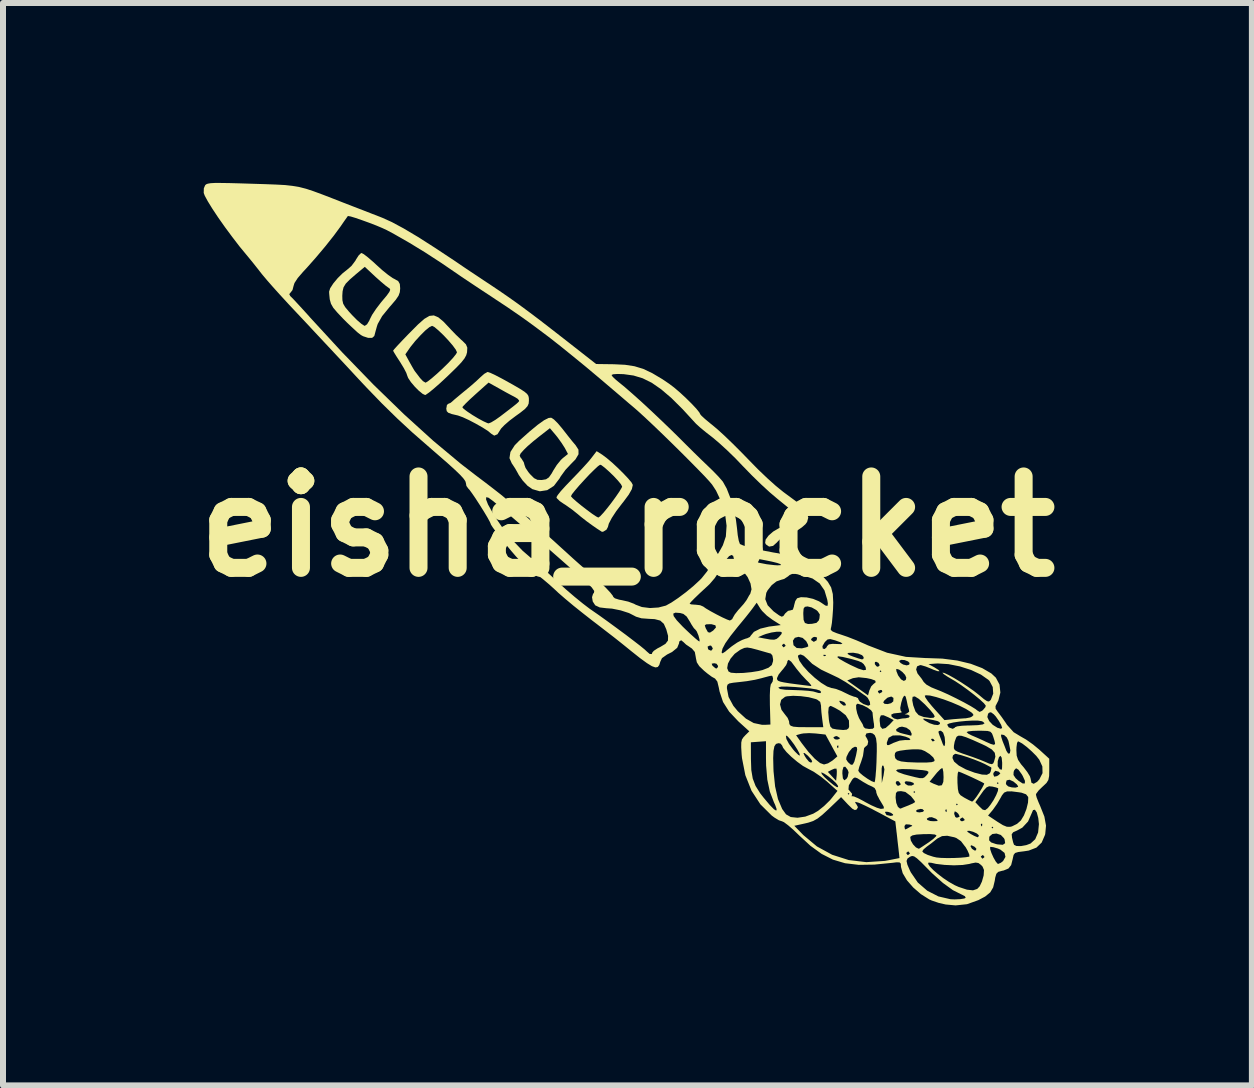
<source format=kicad_pcb>
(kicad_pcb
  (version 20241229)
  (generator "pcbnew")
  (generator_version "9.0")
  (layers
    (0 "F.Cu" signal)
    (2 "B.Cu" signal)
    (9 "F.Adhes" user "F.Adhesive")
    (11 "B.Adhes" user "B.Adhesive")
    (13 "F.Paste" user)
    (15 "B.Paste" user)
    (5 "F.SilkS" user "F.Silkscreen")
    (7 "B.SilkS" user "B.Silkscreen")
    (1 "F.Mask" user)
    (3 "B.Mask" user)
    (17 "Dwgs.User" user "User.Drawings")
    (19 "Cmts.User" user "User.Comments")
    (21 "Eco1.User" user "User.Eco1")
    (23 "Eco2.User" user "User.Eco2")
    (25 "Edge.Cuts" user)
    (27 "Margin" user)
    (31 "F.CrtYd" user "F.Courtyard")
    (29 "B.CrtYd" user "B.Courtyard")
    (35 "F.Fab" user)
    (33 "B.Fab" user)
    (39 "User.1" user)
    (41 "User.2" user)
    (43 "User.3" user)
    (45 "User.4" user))
  (footprint "eisha_rocket"
    (layer "F.Cu")
    (at 7.41 5.727)
    (property "Reference" "eisha_rocket" (at 0 0 0) (layer "F.SilkS") (effects (font (size 1.524 1.524) (thickness 0.3))))
    (attr board_only exclude_from_pos_files exclude_from_bom)
    (fp_poly (pts (xy -1.225 -1.784) (xy -1.159 -1.718) (xy -1.085 -1.63) (xy -1.075 -1.617) (xy -0.997 -1.517) (xy -0.923 -1.424) (xy -0.868 -1.359) (xy -0.866 -1.357) (xy -0.817 -1.281) (xy -0.816 -1.205) (xy -0.866 -1.12) (xy -0.948 -1.036) (xy -1.034 -0.944) (xy -1.113 -0.835) (xy -1.134 -0.799) (xy -1.227 -0.677) (xy -1.338 -0.606) (xy -1.461 -0.587) (xy -1.586 -0.623) (xy -1.666 -0.679) (xy -1.745 -0.764) (xy -1.813 -0.861) (xy -1.822 -0.879) (xy -1.871 -0.966) (xy -1.919 -1.039) (xy -1.928 -1.051) (xy -1.967 -1.14) (xy -1.961 -1.18) (xy -1.797 -1.18) (xy -1.78 -1.146) (xy -1.766 -1.131) (xy -1.728 -1.069) (xy -1.717 -1.027) (xy -1.699 -0.977) (xy -1.652 -0.907) (xy -1.624 -0.873) (xy -1.557 -0.806) (xy -1.5 -0.778) (xy -1.427 -0.775) (xy -1.424 -0.776) (xy -1.358 -0.787) (xy -1.31 -0.819) (xy -1.264 -0.884) (xy -1.24 -0.928) (xy -1.179 -1.025) (xy -1.11 -1.11) (xy -1.077 -1.141) (xy -0.992 -1.209) (xy -1.044 -1.308) (xy -1.097 -1.391) (xy -1.166 -1.487) (xy -1.195 -1.523) (xy -1.293 -1.639) (xy -1.468 -1.503) (xy -1.569 -1.422) (xy -1.664 -1.34) (xy -1.729 -1.277) (xy -1.782 -1.217) (xy -1.797 -1.18) (xy -1.961 -1.18) (xy -1.951 -1.243) (xy -1.879 -1.355) (xy -1.808 -1.427) (xy -1.634 -1.582) (xy -1.496 -1.696) (xy -1.391 -1.771) (xy -1.317 -1.809) (xy -1.272 -1.814)) (stroke (width 0) (type solid)) (fill yes) (layer "F.SilkS"))
    (fp_poly (pts (xy -0.422 -1.198) (xy -0.348 -1.143) (xy -0.257 -1.066) (xy -0.16 -0.976) (xy -0.066 -0.883) (xy 0.014 -0.798) (xy 0.069 -0.732) (xy 0.089 -0.693) (xy 0.073 -0.623) (xy 0.021 -0.531) (xy -0.07 -0.408) (xy -0.089 -0.385) (xy -0.186 -0.258) (xy -0.262 -0.142) (xy -0.311 -0.048) (xy -0.326 0.008) (xy -0.35 0.053) (xy -0.402 0.085) (xy -0.425 0.089) (xy -0.45 0.073) (xy -0.51 0.034) (xy -0.578 -0.013) (xy -0.68 -0.087) (xy -0.781 -0.166) (xy -0.829 -0.207) (xy -0.923 -0.282) (xy -1.029 -0.357) (xy -1.058 -0.375) (xy -1.131 -0.425) (xy -1.177 -0.471) (xy -1.184 -0.488) (xy -1.174 -0.505) (xy -0.942 -0.505) (xy -0.942 -0.504) (xy -0.914 -0.472) (xy -0.852 -0.417) (xy -0.768 -0.348) (xy -0.676 -0.277) (xy -0.59 -0.213) (xy -0.521 -0.167) (xy -0.486 -0.149) (xy -0.455 -0.171) (xy -0.399 -0.231) (xy -0.327 -0.319) (xy -0.271 -0.391) (xy -0.195 -0.495) (xy -0.134 -0.584) (xy -0.097 -0.646) (xy -0.089 -0.667) (xy -0.109 -0.705) (xy -0.16 -0.767) (xy -0.231 -0.843) (xy -0.309 -0.918) (xy -0.381 -0.982) (xy -0.435 -1.023) (xy -0.456 -1.03) (xy -0.492 -1.005) (xy -0.554 -0.947) (xy -0.634 -0.868) (xy -0.72 -0.776) (xy -0.804 -0.684) (xy -0.875 -0.601) (xy -0.925 -0.538) (xy -0.942 -0.505) (xy -1.174 -0.505) (xy -1.164 -0.523) (xy -1.111 -0.59) (xy -1.031 -0.678) (xy -0.939 -0.774) (xy -0.832 -0.885) (xy -0.73 -0.994) (xy -0.647 -1.086) (xy -0.604 -1.139) (xy -0.514 -1.256)) (stroke (width 0) (type solid)) (fill yes) (layer "F.SilkS"))
    (fp_poly (pts (xy -3.153 -3.487) (xy -3.068 -3.416) (xy -2.963 -3.305) (xy -2.943 -3.283) (xy -2.86 -3.197) (xy -2.771 -3.112) (xy -2.754 -3.098) (xy -2.693 -3.037) (xy -2.67 -2.982) (xy -2.674 -2.909) (xy -2.674 -2.905) (xy -2.688 -2.855) (xy -2.717 -2.802) (xy -2.769 -2.736) (xy -2.85 -2.651) (xy -2.967 -2.537) (xy -3.011 -2.495) (xy -3.126 -2.388) (xy -3.229 -2.298) (xy -3.31 -2.232) (xy -3.362 -2.196) (xy -3.373 -2.192) (xy -3.414 -2.211) (xy -3.479 -2.264) (xy -3.543 -2.328) (xy -3.61 -2.407) (xy -3.656 -2.476) (xy -3.671 -2.514) (xy -3.687 -2.561) (xy -3.728 -2.64) (xy -3.785 -2.734) (xy -3.788 -2.739) (xy -3.846 -2.828) (xy -3.872 -2.87) (xy -3.703 -2.87) (xy -3.635 -2.745) (xy -3.59 -2.665) (xy -3.555 -2.605) (xy -3.545 -2.59) (xy -3.512 -2.547) (xy -3.464 -2.484) (xy -3.461 -2.479) (xy -3.41 -2.424) (xy -3.368 -2.399) (xy -3.365 -2.398) (xy -3.331 -2.418) (xy -3.264 -2.47) (xy -3.175 -2.547) (xy -3.086 -2.629) (xy -2.988 -2.725) (xy -2.909 -2.81) (xy -2.858 -2.874) (xy -2.842 -2.904) (xy -2.862 -2.948) (xy -2.914 -3.019) (xy -2.987 -3.104) (xy -3.069 -3.191) (xy -3.15 -3.268) (xy -3.216 -3.324) (xy -3.257 -3.345) (xy -3.258 -3.345) (xy -3.301 -3.324) (xy -3.371 -3.267) (xy -3.453 -3.185) (xy -3.539 -3.091) (xy -3.616 -2.995) (xy -3.636 -2.967) (xy -3.703 -2.87) (xy -3.872 -2.87) (xy -3.888 -2.896) (xy -3.907 -2.93) (xy -3.907 -2.931) (xy -3.888 -2.956) (xy -3.834 -3.016) (xy -3.754 -3.101) (xy -3.655 -3.204) (xy -3.625 -3.234) (xy -3.491 -3.369) (xy -3.387 -3.461) (xy -3.302 -3.511) (xy -3.228 -3.519)) (stroke (width 0) (type solid)) (fill yes) (layer "F.SilkS"))
    (fp_poly (pts (xy -4.396 -4.54) (xy -4.328 -4.488) (xy -4.241 -4.413) (xy -4.188 -4.364) (xy -4.087 -4.273) (xy -3.989 -4.194) (xy -3.911 -4.14) (xy -3.885 -4.127) (xy -3.822 -4.091) (xy -3.795 -4.043) (xy -3.789 -3.969) (xy -3.795 -3.906) (xy -3.816 -3.848) (xy -3.862 -3.78) (xy -3.941 -3.687) (xy -3.965 -3.66) (xy -4.09 -3.507) (xy -4.163 -3.377) (xy -4.176 -3.339) (xy -4.2 -3.253) (xy -4.217 -3.188) (xy -4.221 -3.175) (xy -4.256 -3.145) (xy -4.324 -3.145) (xy -4.407 -3.172) (xy -4.445 -3.193) (xy -4.499 -3.235) (xy -4.58 -3.309) (xy -4.677 -3.401) (xy -4.74 -3.464) (xy -4.839 -3.569) (xy -4.905 -3.647) (xy -4.943 -3.714) (xy -4.963 -3.787) (xy -4.969 -3.846) (xy -4.754 -3.846) (xy -4.752 -3.772) (xy -4.739 -3.714) (xy -4.705 -3.656) (xy -4.643 -3.582) (xy -4.59 -3.524) (xy -4.508 -3.441) (xy -4.436 -3.379) (xy -4.387 -3.347) (xy -4.379 -3.345) (xy -4.341 -3.371) (xy -4.303 -3.434) (xy -4.295 -3.454) (xy -4.257 -3.529) (xy -4.191 -3.628) (xy -4.111 -3.733) (xy -4.092 -3.756) (xy -4.013 -3.85) (xy -3.97 -3.91) (xy -3.955 -3.946) (xy -3.966 -3.969) (xy -3.983 -3.98) (xy -4.031 -4.015) (xy -4.106 -4.078) (xy -4.195 -4.157) (xy -4.209 -4.17) (xy -4.379 -4.329) (xy -4.524 -4.208) (xy -4.629 -4.117) (xy -4.696 -4.049) (xy -4.733 -3.988) (xy -4.749 -3.921) (xy -4.754 -3.846) (xy -4.969 -3.846) (xy -4.972 -3.879) (xy -4.974 -3.915) (xy -4.956 -3.972) (xy -4.904 -4.052) (xy -4.831 -4.14) (xy -4.749 -4.221) (xy -4.677 -4.278) (xy -4.601 -4.344) (xy -4.535 -4.432) (xy -4.527 -4.448) (xy -4.483 -4.517) (xy -4.443 -4.556) (xy -4.432 -4.559)) (stroke (width 0) (type solid)) (fill yes) (layer "F.SilkS"))
    (fp_poly (pts (xy -2.287 -2.562) (xy -2.207 -2.525) (xy -2.105 -2.472) (xy -2.055 -2.445) (xy -1.901 -2.359) (xy -1.791 -2.295) (xy -1.718 -2.248) (xy -1.674 -2.211) (xy -1.652 -2.178) (xy -1.644 -2.142) (xy -1.643 -2.102) (xy -1.647 -2.05) (xy -1.666 -2.007) (xy -1.708 -1.96) (xy -1.783 -1.9) (xy -1.865 -1.841) (xy -1.967 -1.764) (xy -2.051 -1.691) (xy -2.105 -1.635) (xy -2.116 -1.619) (xy -2.167 -1.538) (xy -2.221 -1.515) (xy -2.277 -1.551) (xy -2.279 -1.554) (xy -2.329 -1.595) (xy -2.417 -1.651) (xy -2.526 -1.713) (xy -2.64 -1.773) (xy -2.744 -1.821) (xy -2.821 -1.849) (xy -2.827 -1.851) (xy -2.93 -1.875) (xy -2.988 -1.897) (xy -3.013 -1.923) (xy -3.02 -1.962) (xy -3.02 -1.971) (xy -3.016 -1.988) (xy -2.753 -1.988) (xy -2.729 -1.96) (xy -2.667 -1.914) (xy -2.583 -1.858) (xy -2.49 -1.802) (xy -2.403 -1.755) (xy -2.337 -1.725) (xy -2.316 -1.719) (xy -2.274 -1.735) (xy -2.202 -1.778) (xy -2.123 -1.834) (xy -1.995 -1.932) (xy -1.907 -2) (xy -1.852 -2.044) (xy -1.821 -2.072) (xy -1.808 -2.088) (xy -1.806 -2.099) (xy -1.829 -2.128) (xy -1.872 -2.155) (xy -1.931 -2.186) (xy -2.022 -2.235) (xy -2.126 -2.293) (xy -2.127 -2.294) (xy -2.316 -2.399) (xy -2.535 -2.203) (xy -2.627 -2.119) (xy -2.7 -2.048) (xy -2.744 -2.001) (xy -2.753 -1.988) (xy -3.016 -1.988) (xy -3.01 -2.025) (xy -2.992 -2.043) (xy -2.95 -2.061) (xy -2.925 -2.081) (xy -2.884 -2.118) (xy -2.811 -2.179) (xy -2.722 -2.253) (xy -2.709 -2.263) (xy -2.609 -2.346) (xy -2.517 -2.427) (xy -2.451 -2.489) (xy -2.449 -2.491) (xy -2.388 -2.545) (xy -2.337 -2.574) (xy -2.329 -2.576)) (stroke (width 0) (type solid)) (fill yes) (layer "F.SilkS"))
    (fp_poly (pts (xy -6.638 -5.725) (xy -6.451 -5.72) (xy -6.261 -5.714) (xy -6.034 -5.707) (xy -5.853 -5.7) (xy -5.706 -5.692) (xy -5.582 -5.678) (xy -5.47 -5.659) (xy -5.357 -5.63) (xy -5.233 -5.589) (xy -5.084 -5.534) (xy -4.9 -5.463) (xy -4.737 -5.399) (xy -4.564 -5.332) (xy -4.398 -5.268) (xy -4.252 -5.211) (xy -4.138 -5.167) (xy -4.085 -5.146) (xy -3.928 -5.075) (xy -3.731 -4.969) (xy -3.492 -4.827) (xy -3.212 -4.648) (xy -2.887 -4.433) (xy -2.812 -4.382) (xy -2.739 -4.332) (xy -2.629 -4.258) (xy -2.496 -4.17) (xy -2.354 -4.075) (xy -2.309 -4.046) (xy -2.141 -3.933) (xy -1.981 -3.823) (xy -1.822 -3.71) (xy -1.654 -3.586) (xy -1.468 -3.446) (xy -1.256 -3.282) (xy -1.008 -3.089) (xy -0.976 -3.064) (xy -0.523 -2.709) (xy -0.225 -2.705) (xy -0.041 -2.696) (xy 0.116 -2.672) (xy 0.262 -2.628) (xy 0.412 -2.557) (xy 0.582 -2.456) (xy 0.697 -2.378) (xy 0.78 -2.315) (xy 0.877 -2.232) (xy 0.977 -2.139) (xy 1.071 -2.046) (xy 1.149 -1.963) (xy 1.199 -1.9) (xy 1.214 -1.87) (xy 1.236 -1.844) (xy 1.294 -1.791) (xy 1.378 -1.721) (xy 1.417 -1.69) (xy 1.505 -1.616) (xy 1.622 -1.509) (xy 1.757 -1.379) (xy 1.898 -1.238) (xy 2.009 -1.124) (xy 2.17 -0.959) (xy 2.33 -0.806) (xy 2.476 -0.675) (xy 2.598 -0.576) (xy 2.629 -0.553) (xy 2.8 -0.427) (xy 2.919 -0.32) (xy 2.989 -0.229) (xy 3.014 -0.149) (xy 2.995 -0.077) (xy 2.968 -0.039) (xy 2.909 0.013) (xy 2.823 0.072) (xy 2.73 0.126) (xy 2.648 0.165) (xy 2.601 0.178) (xy 2.555 0.2) (xy 2.501 0.254) (xy 2.493 0.264) (xy 2.427 0.323) (xy 2.361 0.335) (xy 2.308 0.298) (xy 2.295 0.273) (xy 2.303 0.218) (xy 2.352 0.151) (xy 2.429 0.084) (xy 2.521 0.03) (xy 2.583 0.006) (xy 2.68 -0.03) (xy 2.763 -0.077) (xy 2.779 -0.089) (xy 2.811 -0.118) (xy 2.825 -0.146) (xy 2.818 -0.178) (xy 2.783 -0.222) (xy 2.716 -0.284) (xy 2.612 -0.37) (xy 2.499 -0.462) (xy 2.373 -0.569) (xy 2.226 -0.704) (xy 2.075 -0.851) (xy 1.938 -0.992) (xy 1.925 -1.005) (xy 1.798 -1.138) (xy 1.662 -1.27) (xy 1.533 -1.388) (xy 1.426 -1.479) (xy 1.409 -1.492) (xy 1.305 -1.573) (xy 1.213 -1.649) (xy 1.148 -1.708) (xy 1.134 -1.722) (xy 0.92 -1.955) (xy 0.732 -2.142) (xy 0.562 -2.287) (xy 0.405 -2.396) (xy 0.253 -2.471) (xy 0.101 -2.517) (xy -0.057 -2.539) (xy -0.067 -2.54) (xy -0.167 -2.543) (xy -0.238 -2.538) (xy -0.266 -2.526) (xy -0.266 -2.526) (xy -0.245 -2.494) (xy -0.189 -2.442) (xy -0.145 -2.406) (xy -0.047 -2.326) (xy 0.084 -2.212) (xy 0.238 -2.074) (xy 0.404 -1.92) (xy 0.573 -1.76) (xy 0.736 -1.603) (xy 0.859 -1.482) (xy 0.985 -1.356) (xy 1.117 -1.225) (xy 1.24 -1.105) (xy 1.332 -1.017) (xy 1.429 -0.923) (xy 1.516 -0.833) (xy 1.579 -0.761) (xy 1.591 -0.746) (xy 1.654 -0.633) (xy 1.714 -0.48) (xy 1.767 -0.303) (xy 1.807 -0.121) (xy 1.826 0.03) (xy 1.838 0.144) (xy 1.855 0.236) (xy 1.873 0.288) (xy 1.877 0.293) (xy 1.927 0.315) (xy 2.022 0.344) (xy 2.148 0.375) (xy 2.291 0.406) (xy 2.437 0.434) (xy 2.572 0.456) (xy 2.683 0.47) (xy 2.729 0.472) (xy 2.82 0.492) (xy 2.863 0.545) (xy 2.857 0.626) (xy 2.854 0.632) (xy 2.855 0.672) (xy 2.891 0.681) (xy 3.024 0.703) (xy 3.158 0.758) (xy 3.254 0.827) (xy 3.34 0.922) (xy 3.395 1.016) (xy 3.423 1.126) (xy 3.43 1.267) (xy 3.427 1.374) (xy 3.418 1.5) (xy 3.408 1.606) (xy 3.396 1.677) (xy 3.391 1.693) (xy 3.389 1.723) (xy 3.419 1.75) (xy 3.49 1.779) (xy 3.557 1.801) (xy 3.671 1.84) (xy 3.814 1.896) (xy 3.96 1.959) (xy 4.011 1.982) (xy 4.328 2.104) (xy 4.643 2.173) (xy 4.972 2.193) (xy 4.988 2.193) (xy 5.249 2.202) (xy 5.497 2.234) (xy 5.722 2.288) (xy 5.914 2.361) (xy 6.065 2.449) (xy 6.141 2.52) (xy 6.202 2.635) (xy 6.216 2.768) (xy 6.183 2.9) (xy 6.166 2.933) (xy 6.135 2.994) (xy 6.137 3.037) (xy 6.174 3.091) (xy 6.182 3.101) (xy 6.239 3.177) (xy 6.305 3.272) (xy 6.327 3.306) (xy 6.438 3.429) (xy 6.55 3.497) (xy 6.646 3.552) (xy 6.759 3.632) (xy 6.862 3.717) (xy 7.031 3.871) (xy 7.031 4.055) (xy 7.029 4.159) (xy 7.016 4.225) (xy 6.985 4.275) (xy 6.926 4.331) (xy 6.92 4.336) (xy 6.855 4.399) (xy 6.815 4.452) (xy 6.809 4.47) (xy 6.821 4.517) (xy 6.852 4.596) (xy 6.88 4.66) (xy 6.95 4.836) (xy 6.977 4.987) (xy 6.964 5.125) (xy 6.96 5.141) (xy 6.905 5.268) (xy 6.817 5.353) (xy 6.689 5.402) (xy 6.611 5.414) (xy 6.515 5.426) (xy 6.462 5.442) (xy 6.437 5.474) (xy 6.424 5.531) (xy 6.421 5.545) (xy 6.396 5.644) (xy 6.351 5.701) (xy 6.271 5.734) (xy 6.242 5.74) (xy 6.181 5.757) (xy 6.149 5.789) (xy 6.13 5.854) (xy 6.123 5.903) (xy 6.096 6.016) (xy 6.047 6.099) (xy 5.963 6.168) (xy 5.85 6.228) (xy 5.66 6.296) (xy 5.47 6.316) (xy 5.305 6.301) (xy 5.188 6.274) (xy 5.073 6.235) (xy 5.032 6.217) (xy 4.891 6.128) (xy 4.764 6.018) (xy 4.659 5.898) (xy 4.588 5.779) (xy 4.559 5.673) (xy 4.559 5.666) (xy 4.556 5.619) (xy 4.535 5.599) (xy 4.482 5.598) (xy 4.418 5.606) (xy 4.114 5.636) (xy 3.854 5.64) (xy 3.627 5.613) (xy 3.425 5.553) (xy 3.236 5.457) (xy 3.051 5.323) (xy 2.863 5.15) (xy 2.764 5.055) (xy 2.688 4.989) (xy 2.781 4.989) (xy 2.933 5.145) (xy 3.158 5.333) (xy 3.412 5.472) (xy 3.688 5.56) (xy 3.982 5.595) (xy 4.279 5.575) (xy 4.652 5.575) (xy 4.666 5.637) (xy 4.708 5.734) (xy 4.724 5.766) (xy 4.84 5.935) (xy 4.997 6.071) (xy 5.182 6.166) (xy 5.384 6.213) (xy 5.453 6.216) (xy 5.547 6.212) (xy 5.615 6.201) (xy 5.638 6.19) (xy 5.625 6.163) (xy 5.572 6.135) (xy 5.566 6.133) (xy 5.425 6.062) (xy 5.26 5.943) (xy 5.076 5.778) (xy 4.991 5.692) (xy 4.924 5.624) (xy 5.012 5.624) (xy 5.041 5.668) (xy 5.097 5.726) (xy 5.174 5.792) (xy 5.264 5.861) (xy 5.36 5.925) (xy 5.455 5.979) (xy 5.52 6.008) (xy 5.66 6.054) (xy 5.76 6.065) (xy 5.831 6.041) (xy 5.872 5.997) (xy 5.909 5.918) (xy 5.936 5.822) (xy 5.938 5.811) (xy 5.943 5.726) (xy 5.92 5.67) (xy 5.894 5.642) (xy 5.851 5.61) (xy 5.804 5.602) (xy 5.731 5.616) (xy 5.698 5.625) (xy 5.588 5.642) (xy 5.443 5.648) (xy 5.287 5.641) (xy 5.143 5.624) (xy 5.066 5.606) (xy 5.018 5.602) (xy 5.012 5.624) (xy 4.924 5.624) (xy 4.893 5.593) (xy 4.825 5.531) (xy 4.779 5.499) (xy 4.744 5.492) (xy 4.712 5.504) (xy 4.711 5.504) (xy 4.668 5.535) (xy 4.652 5.575) (xy 4.279 5.575) (xy 4.287 5.575) (xy 4.364 5.561) (xy 4.534 5.527) (xy 4.526 5.447) (xy 4.648 5.447) (xy 4.67 5.476) (xy 4.677 5.477) (xy 4.706 5.454) (xy 4.707 5.447) (xy 4.684 5.418) (xy 4.677 5.417) (xy 4.649 5.44) (xy 4.648 5.447) (xy 4.526 5.447) (xy 4.522 5.415) (xy 4.914 5.415) (xy 4.94 5.443) (xy 5.006 5.475) (xy 5.095 5.504) (xy 5.151 5.517) (xy 5.223 5.524) (xy 5.325 5.527) (xy 5.44 5.526) (xy 5.551 5.521) (xy 5.641 5.513) (xy 5.679 5.506) (xy 5.891 5.506) (xy 5.914 5.535) (xy 5.921 5.536) (xy 5.949 5.513) (xy 5.95 5.506) (xy 5.928 5.478) (xy 5.921 5.477) (xy 5.892 5.499) (xy 5.891 5.506) (xy 5.679 5.506) (xy 5.694 5.504) (xy 5.7 5.5) (xy 5.697 5.466) (xy 5.668 5.4) (xy 5.636 5.344) (xy 5.621 5.326) (xy 5.717 5.326) (xy 5.742 5.372) (xy 5.786 5.401) (xy 5.81 5.398) (xy 5.816 5.369) (xy 5.789 5.342) (xy 6.046 5.342) (xy 6.046 5.378) (xy 6.068 5.444) (xy 6.102 5.52) (xy 6.14 5.586) (xy 6.171 5.622) (xy 6.178 5.625) (xy 6.225 5.605) (xy 6.261 5.577) (xy 6.301 5.507) (xy 6.286 5.441) (xy 6.216 5.386) (xy 6.175 5.368) (xy 6.1 5.346) (xy 6.052 5.34) (xy 6.046 5.342) (xy 5.789 5.342) (xy 5.787 5.339) (xy 5.734 5.313) (xy 5.717 5.326) (xy 5.621 5.326) (xy 5.56 5.246) (xy 5.539 5.231) (xy 6.029 5.231) (xy 6.062 5.266) (xy 6.142 5.293) (xy 6.17 5.299) (xy 6.257 5.306) (xy 6.296 5.279) (xy 6.287 5.218) (xy 6.276 5.196) (xy 6.224 5.142) (xy 6.191 5.131) (xy 6.405 5.131) (xy 6.411 5.191) (xy 6.412 5.194) (xy 6.429 5.265) (xy 6.444 5.306) (xy 6.485 5.326) (xy 6.561 5.327) (xy 6.649 5.311) (xy 6.72 5.284) (xy 6.797 5.213) (xy 6.845 5.101) (xy 6.859 4.961) (xy 6.848 4.86) (xy 6.823 4.766) (xy 6.792 4.721) (xy 6.761 4.727) (xy 6.736 4.785) (xy 6.678 4.917) (xy 6.582 5.02) (xy 6.496 5.067) (xy 6.429 5.097) (xy 6.405 5.131) (xy 6.191 5.131) (xy 6.152 5.118) (xy 6.083 5.126) (xy 6.036 5.165) (xy 6.031 5.181) (xy 6.029 5.231) (xy 5.539 5.231) (xy 5.481 5.192) (xy 5.447 5.18) (xy 5.33 5.155) (xy 5.244 5.161) (xy 5.169 5.199) (xy 5.144 5.218) (xy 5.064 5.282) (xy 4.989 5.337) (xy 4.936 5.382) (xy 4.914 5.415) (xy 4.914 5.415) (xy 4.522 5.415) (xy 4.518 5.376) (xy 4.503 5.249) (xy 4.496 5.183) (xy 4.714 5.183) (xy 4.724 5.236) (xy 4.76 5.298) (xy 4.808 5.349) (xy 4.852 5.371) (xy 4.865 5.368) (xy 4.908 5.341) (xy 4.98 5.293) (xy 5.025 5.263) (xy 5.097 5.209) (xy 5.143 5.165) (xy 5.151 5.148) (xy 5.123 5.134) (xy 5.047 5.127) (xy 4.937 5.128) (xy 4.819 5.135) (xy 4.75 5.149) (xy 4.718 5.17) (xy 4.714 5.183) (xy 4.496 5.183) (xy 4.488 5.112) (xy 4.483 5.076) (xy 5.661 5.076) (xy 5.675 5.095) (xy 5.722 5.126) (xy 5.782 5.158) (xy 5.831 5.178) (xy 5.842 5.179) (xy 5.857 5.159) (xy 5.855 5.145) (xy 5.823 5.117) (xy 5.762 5.089) (xy 5.699 5.072) (xy 5.661 5.075) (xy 5.661 5.076) (xy 4.483 5.076) (xy 4.483 5.071) (xy 4.476 5.011) (xy 4.618 5.011) (xy 4.627 5.05) (xy 4.655 5.04) (xy 4.694 5.018) (xy 6.069 5.018) (xy 6.084 5.033) (xy 6.098 5.018) (xy 6.084 5.003) (xy 6.069 5.018) (xy 4.694 5.018) (xy 4.718 5.004) (xy 4.737 4.997) (xy 4.748 4.983) (xy 4.718 4.973) (xy 5.891 4.973) (xy 5.902 4.998) (xy 5.911 4.993) (xy 5.914 4.958) (xy 5.911 4.954) (xy 5.893 4.958) (xy 5.891 4.973) (xy 4.718 4.973) (xy 4.703 4.968) (xy 4.7 4.968) (xy 4.64 4.964) (xy 4.619 4.991) (xy 4.618 5.011) (xy 4.476 5.011) (xy 4.465 4.916) (xy 4.376 4.869) (xy 4.99 4.869) (xy 4.998 4.892) (xy 5.047 4.909) (xy 5.101 4.913) (xy 5.162 4.91) (xy 5.171 4.897) (xy 5.154 4.882) (xy 5.542 4.882) (xy 5.556 4.909) (xy 5.58 4.914) (xy 5.617 4.899) (xy 5.619 4.882) (xy 5.588 4.852) (xy 5.58 4.851) (xy 5.546 4.874) (xy 5.542 4.882) (xy 5.154 4.882) (xy 5.142 4.872) (xy 5.075 4.846) (xy 5.032 4.847) (xy 4.99 4.869) (xy 4.376 4.869) (xy 4.194 4.771) (xy 4.18 4.764) (xy 4.293 4.764) (xy 4.318 4.809) (xy 4.388 4.825) (xy 4.388 4.825) (xy 4.427 4.815) (xy 4.428 4.799) (xy 4.418 4.792) (xy 5.447 4.792) (xy 5.465 4.843) (xy 5.491 4.855) (xy 5.531 4.841) (xy 5.536 4.829) (xy 5.53 4.818) (xy 6.011 4.818) (xy 6.166 4.921) (xy 6.258 4.978) (xy 6.324 5.005) (xy 6.38 5.006) (xy 6.409 4.999) (xy 6.494 4.957) (xy 6.558 4.9) (xy 6.609 4.816) (xy 6.651 4.709) (xy 6.677 4.602) (xy 6.681 4.519) (xy 6.678 4.506) (xy 6.644 4.464) (xy 6.568 4.437) (xy 6.523 4.43) (xy 6.404 4.415) (xy 6.327 4.416) (xy 6.279 4.436) (xy 6.243 4.481) (xy 6.219 4.525) (xy 6.161 4.624) (xy 6.096 4.716) (xy 6.086 4.729) (xy 6.011 4.818) (xy 5.53 4.818) (xy 5.516 4.79) (xy 5.491 4.766) (xy 5.457 4.747) (xy 5.447 4.778) (xy 5.447 4.792) (xy 4.418 4.792) (xy 4.393 4.773) (xy 4.342 4.756) (xy 4.301 4.754) (xy 4.293 4.764) (xy 4.18 4.764) (xy 4.128 4.737) (xy 4.811 4.737) (xy 4.821 4.759) (xy 4.868 4.766) (xy 4.925 4.756) (xy 4.944 4.737) (xy 5.299 4.737) (xy 5.31 4.761) (xy 5.319 4.756) (xy 5.322 4.721) (xy 5.319 4.717) (xy 5.301 4.721) (xy 5.299 4.737) (xy 4.944 4.737) (xy 4.919 4.712) (xy 4.886 4.707) (xy 4.83 4.721) (xy 4.811 4.737) (xy 4.128 4.737) (xy 4.072 4.707) (xy 3.962 4.653) (xy 3.88 4.615) (xy 3.849 4.603) (xy 3.799 4.59) (xy 3.797 4.605) (xy 3.816 4.63) (xy 3.842 4.678) (xy 3.822 4.716) (xy 3.791 4.727) (xy 3.748 4.704) (xy 3.681 4.639) (xy 3.673 4.631) (xy 3.561 4.511) (xy 3.353 4.71) (xy 3.248 4.806) (xy 3.168 4.869) (xy 3.096 4.909) (xy 3.016 4.936) (xy 2.962 4.949) (xy 2.781 4.989) (xy 2.688 4.989) (xy 2.676 4.979) (xy 2.609 4.929) (xy 2.576 4.914) (xy 2.524 4.897) (xy 2.45 4.852) (xy 2.404 4.818) (xy 2.216 4.631) (xy 2.068 4.405) (xy 1.965 4.146) (xy 1.909 3.861) (xy 1.903 3.801) (xy 1.896 3.68) (xy 1.897 3.602) (xy 1.898 3.597) (xy 2.057 3.597) (xy 2.058 3.878) (xy 2.064 4.059) (xy 2.088 4.201) (xy 2.135 4.324) (xy 2.212 4.447) (xy 2.27 4.521) (xy 2.371 4.641) (xy 2.441 4.713) (xy 2.48 4.737) (xy 2.487 4.712) (xy 2.461 4.639) (xy 2.441 4.596) (xy 2.373 4.418) (xy 2.331 4.219) (xy 2.311 3.985) (xy 2.309 3.86) (xy 2.429 3.86) (xy 2.433 4.03) (xy 2.435 4.081) (xy 2.461 4.333) (xy 2.509 4.544) (xy 2.579 4.709) (xy 2.643 4.798) (xy 2.722 4.843) (xy 2.834 4.855) (xy 2.964 4.836) (xy 3.097 4.787) (xy 3.177 4.74) (xy 3.277 4.66) (xy 3.374 4.565) (xy 3.405 4.528) (xy 3.463 4.455) (xy 3.671 4.455) (xy 3.686 4.47) (xy 3.7 4.455) (xy 3.686 4.441) (xy 3.671 4.455) (xy 3.463 4.455) (xy 3.501 4.407) (xy 3.474 4.384) (xy 3.684 4.384) (xy 3.713 4.417) (xy 3.744 4.455) (xy 3.741 4.479) (xy 3.734 4.5) (xy 3.742 4.495) (xy 3.776 4.5) (xy 3.846 4.53) (xy 3.939 4.579) (xy 3.961 4.592) (xy 4.065 4.647) (xy 4.158 4.688) (xy 4.221 4.707) (xy 4.227 4.707) (xy 4.273 4.701) (xy 4.273 4.674) (xy 4.257 4.644) (xy 4.197 4.544) (xy 4.187 4.523) (xy 4.47 4.523) (xy 4.481 4.608) (xy 4.508 4.673) (xy 4.543 4.702) (xy 4.558 4.7) (xy 4.593 4.685) (xy 4.662 4.658) (xy 4.685 4.649) (xy 4.721 4.633) (xy 5.477 4.633) (xy 5.491 4.648) (xy 5.506 4.633) (xy 5.491 4.618) (xy 5.477 4.633) (xy 4.721 4.633) (xy 4.754 4.619) (xy 4.791 4.596) (xy 5.799 4.596) (xy 5.865 4.666) (xy 5.921 4.719) (xy 5.962 4.729) (xy 6.007 4.694) (xy 6.05 4.64) (xy 6.102 4.562) (xy 6.146 4.479) (xy 6.175 4.408) (xy 6.18 4.366) (xy 6.178 4.363) (xy 6.145 4.35) (xy 6.081 4.335) (xy 6.028 4.33) (xy 5.985 4.349) (xy 5.937 4.401) (xy 5.897 4.457) (xy 5.799 4.596) (xy 4.791 4.596) (xy 4.792 4.595) (xy 4.795 4.59) (xy 4.777 4.559) (xy 4.733 4.504) (xy 4.722 4.492) (xy 4.634 4.426) (xy 4.766 4.426) (xy 4.781 4.441) (xy 4.796 4.426) (xy 4.781 4.411) (xy 4.766 4.426) (xy 4.634 4.426) (xy 4.633 4.425) (xy 4.56 4.411) (xy 4.502 4.416) (xy 4.476 4.442) (xy 4.47 4.508) (xy 4.47 4.523) (xy 4.187 4.523) (xy 4.163 4.479) (xy 4.148 4.435) (xy 4.145 4.406) (xy 4.12 4.359) (xy 4.078 4.335) (xy 4.012 4.305) (xy 3.928 4.257) (xy 3.9 4.239) (xy 3.83 4.195) (xy 3.791 4.183) (xy 3.763 4.199) (xy 3.745 4.221) (xy 3.69 4.315) (xy 3.684 4.384) (xy 3.474 4.384) (xy 3.329 4.254) (xy 3.222 4.168) (xy 3.125 4.102) (xy 3.23 4.102) (xy 3.241 4.129) (xy 3.287 4.181) (xy 3.345 4.235) (xy 3.439 4.312) (xy 3.495 4.347) (xy 3.512 4.34) (xy 3.505 4.315) (xy 3.474 4.274) (xy 3.415 4.219) (xy 3.346 4.164) (xy 3.282 4.121) (xy 3.238 4.1) (xy 3.23 4.102) (xy 3.125 4.102) (xy 3.108 4.09) (xy 3.34 4.09) (xy 3.409 4.165) (xy 3.478 4.239) (xy 3.488 4.144) (xy 3.489 4.115) (xy 3.582 4.115) (xy 3.591 4.199) (xy 3.615 4.231) (xy 3.65 4.207) (xy 3.671 4.174) (xy 3.686 4.098) (xy 3.677 4.072) (xy 3.848 4.072) (xy 3.871 4.105) (xy 3.928 4.153) (xy 4 4.204) (xy 4.069 4.245) (xy 4.117 4.263) (xy 4.119 4.263) (xy 4.127 4.235) (xy 4.136 4.16) (xy 4.139 4.116) (xy 4.237 4.116) (xy 4.24 4.278) (xy 4.24 4.275) (xy 4.47 4.275) (xy 4.494 4.316) (xy 4.517 4.322) (xy 4.552 4.305) (xy 4.552 4.287) (xy 4.532 4.26) (xy 4.62 4.26) (xy 4.632 4.291) (xy 4.676 4.317) (xy 4.736 4.319) (xy 4.779 4.296) (xy 4.766 4.273) (xy 4.718 4.255) (xy 5.036 4.255) (xy 5.101 4.287) (xy 5.189 4.321) (xy 5.241 4.313) (xy 5.265 4.257) (xy 5.269 4.182) (xy 5.5 4.182) (xy 5.501 4.274) (xy 5.508 4.377) (xy 5.522 4.44) (xy 5.551 4.479) (xy 5.605 4.514) (xy 5.62 4.523) (xy 5.691 4.561) (xy 5.74 4.584) (xy 5.747 4.586) (xy 5.772 4.564) (xy 5.817 4.506) (xy 5.862 4.439) (xy 5.911 4.359) (xy 5.941 4.302) (xy 5.947 4.282) (xy 5.939 4.278) (xy 6.158 4.278) (xy 6.172 4.293) (xy 6.186 4.279) (xy 6.308 4.279) (xy 6.316 4.305) (xy 6.348 4.333) (xy 6.407 4.349) (xy 6.468 4.353) (xy 6.508 4.341) (xy 6.512 4.33) (xy 6.49 4.298) (xy 6.437 4.254) (xy 6.435 4.252) (xy 6.368 4.221) (xy 6.321 4.232) (xy 6.308 4.279) (xy 6.186 4.279) (xy 6.187 4.278) (xy 6.172 4.263) (xy 6.158 4.278) (xy 5.939 4.278) (xy 5.906 4.26) (xy 5.831 4.223) (xy 5.738 4.179) (xy 5.645 4.137) (xy 5.567 4.103) (xy 5.522 4.086) (xy 5.517 4.085) (xy 5.506 4.112) (xy 5.5 4.182) (xy 5.269 4.182) (xy 5.269 4.174) (xy 5.265 4.09) (xy 5.254 4.036) (xy 5.245 4.026) (xy 5.214 4.047) (xy 5.161 4.101) (xy 5.128 4.141) (xy 5.036 4.255) (xy 4.718 4.255) (xy 4.714 4.254) (xy 4.643 4.246) (xy 4.62 4.26) (xy 4.532 4.26) (xy 4.523 4.248) (xy 4.487 4.243) (xy 4.47 4.275) (xy 4.24 4.275) (xy 4.269 4.148) (xy 4.28 4.069) (xy 4.477 4.069) (xy 4.514 4.096) (xy 4.609 4.13) (xy 4.68 4.149) (xy 4.799 4.179) (xy 4.875 4.195) (xy 4.922 4.195) (xy 4.953 4.18) (xy 4.983 4.15) (xy 4.988 4.145) (xy 5.014 4.112) (xy 5.017 4.088) (xy 4.988 4.072) (xy 4.92 4.061) (xy 4.805 4.052) (xy 4.713 4.046) (xy 4.577 4.043) (xy 4.499 4.051) (xy 4.477 4.069) (xy 4.28 4.069) (xy 4.283 4.048) (xy 4.269 3.992) (xy 4.265 3.987) (xy 4.246 3.986) (xy 4.237 4.034) (xy 4.237 4.116) (xy 4.139 4.116) (xy 4.145 4.05) (xy 4.151 3.93) (xy 4.154 3.818) (xy 4.455 3.818) (xy 4.464 3.863) (xy 4.497 3.895) (xy 4.562 3.916) (xy 4.667 3.928) (xy 4.821 3.934) (xy 4.862 3.934) (xy 4.991 3.934) (xy 5.071 3.928) (xy 5.111 3.915) (xy 5.121 3.895) (xy 5.102 3.858) (xy 5.417 3.858) (xy 5.445 3.919) (xy 5.523 3.985) (xy 5.641 4.049) (xy 5.785 4.103) (xy 5.91 4.135) (xy 5.992 4.139) (xy 6.006 4.131) (xy 6.098 4.131) (xy 6.113 4.17) (xy 6.159 4.161) (xy 6.187 4.144) (xy 6.189 4.142) (xy 6.435 4.142) (xy 6.47 4.195) (xy 6.517 4.237) (xy 6.587 4.283) (xy 6.624 4.283) (xy 6.626 4.24) (xy 6.59 4.16) (xy 6.572 4.129) (xy 6.517 4.053) (xy 6.478 4.03) (xy 6.449 4.06) (xy 6.437 4.091) (xy 6.435 4.142) (xy 6.189 4.142) (xy 6.216 4.116) (xy 6.192 4.09) (xy 6.189 4.087) (xy 6.132 4.072) (xy 6.101 4.107) (xy 6.098 4.131) (xy 6.006 4.131) (xy 6.04 4.113) (xy 6.055 4.083) (xy 6.066 4.032) (xy 6.064 4.016) (xy 6.034 4) (xy 6.023 3.994) (xy 6.171 3.994) (xy 6.207 4.046) (xy 6.239 4.055) (xy 6.244 4.029) (xy 6.246 3.964) (xy 6.246 3.937) (xy 6.238 3.854) (xy 6.218 3.822) (xy 6.193 3.845) (xy 6.172 3.911) (xy 6.171 3.994) (xy 6.023 3.994) (xy 5.973 3.968) (xy 5.965 3.963) (xy 5.886 3.927) (xy 5.781 3.885) (xy 5.666 3.844) (xy 5.561 3.811) (xy 5.484 3.792) (xy 5.462 3.789) (xy 5.426 3.815) (xy 5.417 3.858) (xy 5.102 3.858) (xy 5.097 3.849) (xy 5.037 3.794) (xy 4.958 3.744) (xy 4.899 3.72) (xy 4.84 3.714) (xy 4.744 3.715) (xy 4.648 3.723) (xy 4.544 3.737) (xy 4.486 3.752) (xy 4.461 3.775) (xy 4.455 3.813) (xy 4.455 3.818) (xy 4.154 3.818) (xy 4.156 3.749) (xy 4.156 3.696) (xy 5.441 3.696) (xy 5.457 3.727) (xy 5.503 3.754) (xy 5.589 3.786) (xy 5.64 3.803) (xy 5.759 3.844) (xy 5.872 3.886) (xy 5.95 3.918) (xy 6.032 3.953) (xy 6.075 3.962) (xy 6.098 3.947) (xy 6.11 3.92) (xy 6.133 3.837) (xy 6.123 3.772) (xy 6.074 3.717) (xy 5.978 3.66) (xy 5.913 3.629) (xy 5.757 3.559) (xy 5.645 3.513) (xy 5.569 3.489) (xy 5.52 3.486) (xy 5.491 3.501) (xy 5.479 3.519) (xy 5.454 3.588) (xy 5.442 3.653) (xy 5.441 3.696) (xy 4.156 3.696) (xy 4.155 3.619) (xy 4.154 3.616) (xy 4.323 3.616) (xy 4.328 3.643) (xy 4.355 3.644) (xy 4.416 3.616) (xy 4.433 3.607) (xy 4.537 3.569) (xy 4.634 3.559) (xy 4.639 3.56) (xy 4.702 3.56) (xy 4.712 3.551) (xy 5.062 3.551) (xy 5.084 3.581) (xy 5.092 3.582) (xy 5.121 3.572) (xy 5.121 3.569) (xy 5.101 3.544) (xy 5.092 3.538) (xy 5.065 3.54) (xy 5.062 3.551) (xy 4.712 3.551) (xy 4.717 3.547) (xy 4.692 3.526) (xy 4.634 3.503) (xy 4.553 3.484) (xy 4.54 3.482) (xy 4.424 3.483) (xy 4.353 3.522) (xy 4.324 3.601) (xy 4.323 3.616) (xy 4.154 3.616) (xy 4.144 3.532) (xy 4.122 3.478) (xy 4.088 3.45) (xy 4.046 3.439) (xy 3.983 3.449) (xy 3.966 3.489) (xy 3.997 3.542) (xy 4.013 3.587) (xy 4.001 3.641) (xy 3.969 3.67) (xy 3.964 3.671) (xy 3.944 3.696) (xy 3.937 3.746) (xy 3.926 3.824) (xy 3.897 3.916) (xy 3.893 3.927) (xy 3.864 4.006) (xy 3.849 4.065) (xy 3.848 4.072) (xy 3.677 4.072) (xy 3.671 4.056) (xy 3.631 4.004) (xy 3.601 4.008) (xy 3.584 4.067) (xy 3.582 4.115) (xy 3.489 4.115) (xy 3.49 4.075) (xy 3.484 4.036) (xy 3.483 4.036) (xy 3.449 4.037) (xy 3.404 4.056) (xy 3.34 4.09) (xy 3.108 4.09) (xy 3.108 4.09) (xy 3.01 4.038) (xy 2.925 3.991) (xy 2.829 3.921) (xy 2.733 3.84) (xy 2.651 3.76) (xy 2.595 3.69) (xy 2.577 3.649) (xy 2.551 3.618) (xy 2.517 3.612) (xy 2.476 3.624) (xy 2.449 3.664) (xy 2.434 3.741) (xy 2.429 3.86) (xy 2.309 3.86) (xy 2.309 3.86) (xy 2.309 3.579) (xy 2.057 3.597) (xy 1.898 3.597) (xy 1.908 3.551) (xy 1.934 3.512) (xy 1.957 3.488) (xy 2.641 3.488) (xy 2.649 3.542) (xy 2.692 3.623) (xy 2.761 3.717) (xy 2.792 3.752) (xy 2.849 3.808) (xy 2.874 3.819) (xy 2.868 3.787) (xy 2.863 3.776) (xy 2.933 3.776) (xy 2.953 3.822) (xy 2.979 3.864) (xy 3.025 3.919) (xy 3.062 3.938) (xy 3.079 3.915) (xy 3.079 3.913) (xy 3.059 3.878) (xy 3.011 3.825) (xy 3.005 3.819) (xy 2.951 3.775) (xy 2.933 3.776) (xy 2.863 3.776) (xy 2.832 3.718) (xy 2.779 3.635) (xy 2.718 3.553) (xy 2.67 3.499) (xy 2.644 3.485) (xy 2.641 3.488) (xy 1.957 3.488) (xy 1.958 3.486) (xy 1.965 3.479) (xy 2.811 3.479) (xy 2.905 3.612) (xy 3.019 3.76) (xy 3.123 3.872) (xy 3.211 3.943) (xy 3.276 3.967) (xy 3.343 3.948) (xy 3.417 3.902) (xy 3.42 3.899) (xy 3.441 3.882) (xy 3.646 3.882) (xy 3.67 3.92) (xy 3.685 3.937) (xy 3.726 3.972) (xy 3.756 3.968) (xy 3.782 3.919) (xy 3.809 3.818) (xy 3.814 3.794) (xy 3.829 3.716) (xy 3.824 3.68) (xy 3.796 3.671) (xy 3.791 3.671) (xy 3.745 3.695) (xy 3.695 3.755) (xy 3.684 3.773) (xy 3.651 3.841) (xy 3.646 3.882) (xy 3.441 3.882) (xy 3.499 3.832) (xy 3.411 3.671) (xy 3.493 3.671) (xy 3.504 3.695) (xy 3.513 3.691) (xy 3.517 3.655) (xy 3.513 3.651) (xy 3.495 3.655) (xy 3.493 3.671) (xy 3.411 3.671) (xy 3.4 3.65) (xy 3.331 3.523) (xy 3.434 3.523) (xy 3.459 3.547) (xy 3.495 3.552) (xy 3.536 3.541) (xy 3.538 3.523) (xy 3.495 3.496) (xy 3.477 3.493) (xy 3.438 3.51) (xy 3.434 3.523) (xy 3.331 3.523) (xy 3.301 3.468) (xy 3.138 3.45) (xy 3.03 3.444) (xy 2.933 3.449) (xy 2.893 3.456) (xy 2.811 3.479) (xy 1.965 3.479) (xy 2.031 3.414) (xy 1.847 3.247) (xy 1.695 3.086) (xy 1.593 2.925) (xy 1.535 2.75) (xy 1.525 2.699) (xy 1.658 2.699) (xy 1.685 2.841) (xy 1.765 2.989) (xy 1.84 3.08) (xy 1.975 3.203) (xy 2.104 3.276) (xy 2.24 3.305) (xy 2.309 3.305) (xy 2.383 3.301) (xy 2.374 2.97) (xy 2.374 2.966) (xy 2.543 2.966) (xy 2.567 3.055) (xy 2.62 3.126) (xy 2.67 3.19) (xy 2.694 3.248) (xy 2.694 3.253) (xy 2.699 3.294) (xy 2.72 3.321) (xy 2.767 3.337) (xy 2.852 3.344) (xy 2.985 3.345) (xy 2.999 3.345) (xy 3.264 3.345) (xy 3.246 3.208) (xy 3.234 3.105) (xy 3.233 3.095) (xy 3.347 3.095) (xy 3.357 3.216) (xy 3.364 3.262) (xy 3.382 3.335) (xy 3.417 3.369) (xy 3.489 3.383) (xy 3.489 3.383) (xy 3.595 3.392) (xy 3.657 3.386) (xy 3.662 3.381) (xy 4.479 3.381) (xy 4.483 3.411) (xy 4.542 3.439) (xy 4.596 3.454) (xy 4.674 3.473) (xy 4.722 3.486) (xy 4.729 3.489) (xy 4.736 3.469) (xy 4.737 3.452) (xy 4.728 3.434) (xy 5.185 3.434) (xy 5.206 3.495) (xy 5.208 3.499) (xy 5.239 3.579) (xy 5.256 3.626) (xy 5.276 3.662) (xy 5.29 3.649) (xy 5.295 3.6) (xy 5.289 3.526) (xy 5.286 3.506) (xy 5.261 3.434) (xy 5.252 3.427) (xy 5.654 3.427) (xy 5.679 3.452) (xy 5.739 3.483) (xy 5.751 3.488) (xy 5.842 3.527) (xy 5.945 3.574) (xy 5.965 3.584) (xy 6.057 3.625) (xy 6.107 3.639) (xy 6.126 3.628) (xy 6.128 3.616) (xy 6.119 3.573) (xy 6.097 3.502) (xy 6.095 3.498) (xy 6.086 3.473) (xy 6.227 3.473) (xy 6.23 3.505) (xy 6.25 3.569) (xy 6.256 3.585) (xy 6.289 3.667) (xy 6.314 3.733) (xy 6.315 3.737) (xy 6.346 3.785) (xy 6.374 3.781) (xy 6.383 3.731) (xy 6.382 3.728) (xy 6.483 3.728) (xy 6.488 3.819) (xy 6.511 3.889) (xy 6.561 3.963) (xy 6.602 4.011) (xy 6.665 4.093) (xy 6.708 4.163) (xy 6.72 4.201) (xy 6.734 4.271) (xy 6.772 4.289) (xy 6.829 4.256) (xy 6.866 4.215) (xy 6.919 4.111) (xy 6.916 3.999) (xy 6.865 3.888) (xy 6.815 3.824) (xy 6.741 3.75) (xy 6.658 3.676) (xy 6.58 3.617) (xy 6.522 3.585) (xy 6.509 3.582) (xy 6.494 3.609) (xy 6.485 3.677) (xy 6.483 3.728) (xy 6.382 3.728) (xy 6.38 3.715) (xy 6.362 3.625) (xy 6.35 3.571) (xy 6.323 3.516) (xy 6.278 3.476) (xy 6.236 3.468) (xy 6.227 3.473) (xy 6.086 3.473) (xy 6.076 3.449) (xy 6.05 3.421) (xy 6.003 3.408) (xy 5.92 3.405) (xy 5.859 3.404) (xy 5.757 3.407) (xy 5.684 3.415) (xy 5.654 3.426) (xy 5.654 3.427) (xy 5.252 3.427) (xy 5.225 3.404) (xy 5.224 3.404) (xy 5.189 3.409) (xy 5.185 3.434) (xy 4.728 3.434) (xy 4.711 3.397) (xy 4.65 3.354) (xy 4.577 3.336) (xy 4.529 3.345) (xy 4.479 3.381) (xy 3.662 3.381) (xy 3.686 3.363) (xy 3.695 3.335) (xy 3.692 3.234) (xy 3.638 3.146) (xy 3.543 3.071) (xy 3.462 3.025) (xy 3.4 2.995) (xy 3.379 2.99) (xy 3.354 3.017) (xy 3.347 3.095) (xy 3.233 3.095) (xy 3.227 3.012) (xy 3.227 2.989) (xy 3.213 2.924) (xy 3.204 2.917) (xy 3.532 2.917) (xy 3.552 2.946) (xy 3.599 2.984) (xy 3.633 2.985) (xy 3.636 2.979) (xy 3.811 2.979) (xy 3.813 3.039) (xy 3.83 3.116) (xy 3.859 3.192) (xy 3.881 3.231) (xy 3.92 3.295) (xy 3.937 3.341) (xy 3.937 3.342) (xy 3.963 3.365) (xy 4.026 3.375) (xy 4.03 3.375) (xy 4.09 3.371) (xy 4.112 3.349) (xy 4.109 3.291) (xy 4.104 3.264) (xy 4.1 3.237) (xy 4.204 3.237) (xy 4.215 3.333) (xy 4.248 3.373) (xy 4.303 3.359) (xy 4.369 3.301) (xy 4.438 3.227) (xy 4.352 3.182) (xy 4.269 3.146) (xy 4.224 3.148) (xy 4.206 3.192) (xy 4.204 3.237) (xy 4.1 3.237) (xy 4.092 3.176) (xy 4.088 3.136) (xy 4.397 3.136) (xy 4.404 3.17) (xy 4.445 3.2) (xy 4.499 3.215) (xy 4.524 3.211) (xy 4.55 3.206) (xy 4.925 3.206) (xy 4.946 3.227) (xy 4.959 3.236) (xy 5.034 3.278) (xy 5.112 3.304) (xy 5.176 3.31) (xy 5.189 3.303) (xy 5.329 3.303) (xy 5.355 3.348) (xy 5.421 3.372) (xy 5.423 3.372) (xy 5.456 3.354) (xy 5.462 3.345) (xy 5.498 3.331) (xy 5.578 3.321) (xy 5.686 3.316) (xy 5.715 3.316) (xy 5.843 3.311) (xy 5.924 3.299) (xy 5.953 3.28) (xy 5.927 3.255) (xy 5.905 3.245) (xy 5.847 3.236) (xy 5.755 3.235) (xy 5.645 3.241) (xy 5.532 3.252) (xy 5.432 3.267) (xy 5.359 3.284) (xy 5.329 3.302) (xy 5.329 3.303) (xy 5.189 3.303) (xy 5.209 3.292) (xy 5.21 3.285) (xy 5.202 3.261) (xy 5.167 3.243) (xy 5.095 3.226) (xy 5.018 3.212) (xy 4.946 3.202) (xy 4.925 3.206) (xy 4.55 3.206) (xy 4.584 3.2) (xy 4.635 3.197) (xy 4.69 3.185) (xy 4.706 3.159) (xy 4.677 3.138) (xy 4.655 3.135) (xy 4.621 3.13) (xy 4.643 3.121) (xy 4.657 3.117) (xy 4.696 3.088) (xy 4.692 3.054) (xy 4.673 2.99) (xy 4.656 2.909) (xy 4.653 2.896) (xy 4.747 2.896) (xy 4.764 2.983) (xy 4.802 3.085) (xy 4.854 3.144) (xy 4.934 3.174) (xy 4.944 3.176) (xy 5.046 3.191) (xy 5.102 3.188) (xy 5.121 3.168) (xy 5.121 3.163) (xy 5.102 3.127) (xy 5.05 3.063) (xy 4.975 2.983) (xy 4.958 2.965) (xy 4.858 2.874) (xy 4.79 2.832) (xy 4.753 2.839) (xy 4.747 2.896) (xy 4.653 2.896) (xy 4.637 2.834) (xy 4.615 2.82) (xy 4.956 2.82) (xy 4.965 2.849) (xy 5.007 2.911) (xy 5.074 2.993) (xy 5.11 3.034) (xy 5.284 3.227) (xy 5.432 3.212) (xy 5.532 3.204) (xy 5.614 3.198) (xy 5.64 3.197) (xy 5.712 3.183) (xy 5.727 3.176) (xy 5.999 3.176) (xy 6.029 3.242) (xy 6.089 3.306) (xy 6.167 3.355) (xy 6.224 3.371) (xy 6.246 3.359) (xy 6.246 3.359) (xy 6.23 3.309) (xy 6.189 3.237) (xy 6.139 3.166) (xy 6.106 3.13) (xy 6.059 3.096) (xy 6.028 3.104) (xy 6.011 3.122) (xy 5.999 3.176) (xy 5.727 3.176) (xy 5.743 3.168) (xy 5.769 3.142) (xy 5.749 3.112) (xy 5.728 3.095) (xy 5.644 3.042) (xy 5.532 2.986) (xy 5.403 2.931) (xy 5.271 2.882) (xy 5.147 2.843) (xy 5.045 2.818) (xy 4.976 2.813) (xy 4.956 2.82) (xy 4.615 2.82) (xy 4.613 2.819) (xy 4.587 2.862) (xy 4.564 2.937) (xy 4.547 3.024) (xy 4.554 3.071) (xy 4.568 3.085) (xy 4.569 3.1) (xy 4.52 3.108) (xy 4.509 3.108) (xy 4.438 3.116) (xy 4.398 3.135) (xy 4.397 3.136) (xy 4.088 3.136) (xy 4.086 3.107) (xy 4.086 3.101) (xy 4.061 3.063) (xy 3.999 3.018) (xy 3.921 2.979) (xy 3.847 2.956) (xy 3.827 2.955) (xy 3.811 2.979) (xy 3.636 2.979) (xy 3.641 2.964) (xy 3.618 2.932) (xy 3.594 2.919) (xy 3.539 2.903) (xy 3.532 2.917) (xy 3.204 2.917) (xy 3.161 2.885) (xy 3.138 2.876) (xy 3.023 2.846) (xy 2.89 2.828) (xy 2.762 2.822) (xy 2.659 2.83) (xy 2.627 2.839) (xy 2.563 2.889) (xy 2.543 2.966) (xy 2.374 2.966) (xy 2.373 2.812) (xy 2.378 2.697) (xy 2.379 2.689) (xy 2.516 2.689) (xy 2.545 2.709) (xy 2.63 2.721) (xy 2.774 2.726) (xy 2.775 2.726) (xy 2.903 2.731) (xy 3.015 2.739) (xy 3.093 2.749) (xy 3.108 2.753) (xy 3.184 2.775) (xy 3.218 2.777) (xy 3.227 2.759) (xy 3.227 2.757) (xy 3.209 2.735) (xy 3.151 2.716) (xy 3.049 2.699) (xy 2.896 2.684) (xy 2.79 2.675) (xy 2.651 2.668) (xy 2.563 2.669) (xy 2.522 2.68) (xy 2.516 2.689) (xy 2.379 2.689) (xy 2.389 2.632) (xy 2.397 2.621) (xy 2.42 2.584) (xy 2.426 2.541) (xy 2.493 2.541) (xy 2.499 2.559) (xy 2.515 2.573) (xy 2.549 2.586) (xy 2.609 2.599) (xy 2.702 2.614) (xy 2.837 2.632) (xy 3.021 2.655) (xy 3.064 2.66) (xy 3.061 2.644) (xy 3.024 2.6) (xy 2.98 2.557) (xy 2.896 2.467) (xy 2.816 2.369) (xy 2.791 2.335) (xy 2.73 2.254) (xy 2.687 2.222) (xy 2.666 2.242) (xy 2.664 2.264) (xy 2.645 2.31) (xy 2.596 2.375) (xy 2.574 2.4) (xy 2.52 2.467) (xy 2.493 2.526) (xy 2.493 2.541) (xy 2.426 2.541) (xy 2.427 2.531) (xy 2.415 2.492) (xy 2.403 2.487) (xy 2.363 2.494) (xy 2.287 2.514) (xy 2.233 2.529) (xy 2.125 2.555) (xy 1.99 2.578) (xy 1.872 2.592) (xy 1.762 2.604) (xy 1.698 2.616) (xy 1.668 2.636) (xy 1.658 2.669) (xy 1.658 2.699) (xy 1.525 2.699) (xy 1.523 2.688) (xy 1.498 2.585) (xy 1.46 2.535) (xy 1.455 2.532) (xy 1.406 2.505) (xy 1.333 2.451) (xy 1.276 2.404) (xy 1.197 2.328) (xy 1.17 2.286) (xy 1.404 2.286) (xy 1.413 2.314) (xy 1.421 2.324) (xy 1.464 2.361) (xy 1.484 2.368) (xy 1.491 2.361) (xy 1.662 2.361) (xy 1.684 2.416) (xy 1.724 2.437) (xy 1.81 2.444) (xy 1.931 2.441) (xy 2.063 2.428) (xy 2.184 2.409) (xy 2.25 2.393) (xy 2.351 2.354) (xy 2.406 2.309) (xy 2.426 2.246) (xy 2.428 2.216) (xy 2.419 2.168) (xy 2.842 2.168) (xy 2.866 2.238) (xy 2.928 2.327) (xy 3.017 2.425) (xy 3.122 2.522) (xy 3.229 2.606) (xy 3.328 2.667) (xy 3.407 2.694) (xy 3.415 2.694) (xy 3.477 2.708) (xy 3.565 2.742) (xy 3.618 2.768) (xy 3.705 2.81) (xy 3.777 2.837) (xy 3.803 2.842) (xy 3.843 2.862) (xy 3.848 2.879) (xy 3.873 2.919) (xy 3.933 2.959) (xy 4.004 2.984) (xy 4.021 2.986) (xy 4.046 2.97) (xy 4.041 2.932) (xy 4.263 2.932) (xy 4.286 2.956) (xy 4.338 2.96) (xy 4.395 2.945) (xy 4.43 2.916) (xy 4.431 2.914) (xy 4.434 2.857) (xy 4.398 2.834) (xy 4.338 2.852) (xy 4.328 2.859) (xy 4.28 2.902) (xy 4.263 2.932) (xy 4.041 2.932) (xy 4.04 2.923) (xy 4.006 2.857) (xy 3.975 2.827) (xy 3.929 2.796) (xy 3.852 2.741) (xy 3.759 2.674) (xy 3.751 2.668) (xy 3.636 2.592) (xy 3.592 2.567) (xy 3.663 2.567) (xy 3.837 2.691) (xy 4.01 2.815) (xy 4.027 2.753) (xy 4.174 2.753) (xy 4.195 2.782) (xy 4.202 2.783) (xy 4.242 2.761) (xy 4.248 2.753) (xy 4.241 2.728) (xy 4.22 2.724) (xy 4.18 2.739) (xy 4.174 2.753) (xy 4.027 2.753) (xy 4.032 2.734) (xy 4.063 2.665) (xy 4.099 2.628) (xy 4.139 2.595) (xy 4.128 2.567) (xy 4.062 2.543) (xy 3.987 2.527) (xy 3.855 2.513) (xy 3.759 2.528) (xy 3.746 2.533) (xy 3.663 2.567) (xy 3.592 2.567) (xy 3.515 2.522) (xy 3.421 2.477) (xy 3.285 2.413) (xy 4.204 2.413) (xy 4.219 2.428) (xy 4.233 2.413) (xy 4.219 2.398) (xy 4.204 2.413) (xy 3.285 2.413) (xy 3.227 2.385) (xy 3.079 2.288) (xy 2.997 2.207) (xy 2.962 2.175) (xy 3.496 2.175) (xy 3.533 2.207) (xy 3.625 2.26) (xy 3.715 2.307) (xy 3.849 2.369) (xy 3.936 2.396) (xy 3.977 2.388) (xy 3.975 2.378) (xy 4.48 2.378) (xy 4.483 2.411) (xy 4.508 2.473) (xy 4.513 2.484) (xy 4.56 2.548) (xy 4.606 2.574) (xy 4.639 2.558) (xy 4.648 2.52) (xy 4.628 2.474) (xy 4.583 2.425) (xy 4.53 2.386) (xy 4.52 2.383) (xy 4.812 2.383) (xy 4.834 2.448) (xy 4.85 2.469) (xy 4.905 2.539) (xy 4.938 2.591) (xy 4.983 2.635) (xy 5.065 2.681) (xy 5.126 2.706) (xy 5.224 2.745) (xy 5.347 2.8) (xy 5.48 2.865) (xy 5.61 2.932) (xy 5.722 2.994) (xy 5.803 3.044) (xy 5.83 3.066) (xy 5.87 3.091) (xy 5.911 3.072) (xy 5.927 3.058) (xy 5.966 3.012) (xy 5.973 2.986) (xy 5.942 2.946) (xy 5.874 2.883) (xy 5.779 2.805) (xy 5.671 2.722) (xy 5.561 2.643) (xy 5.461 2.577) (xy 5.423 2.555) (xy 5.335 2.503) (xy 5.273 2.461) (xy 5.25 2.437) (xy 5.251 2.436) (xy 5.283 2.442) (xy 5.353 2.475) (xy 5.448 2.528) (xy 5.558 2.595) (xy 5.67 2.669) (xy 5.775 2.742) (xy 5.858 2.807) (xy 5.942 2.877) (xy 5.993 2.911) (xy 6.025 2.917) (xy 6.049 2.898) (xy 6.058 2.886) (xy 6.097 2.786) (xy 6.089 2.676) (xy 6.036 2.576) (xy 6.017 2.556) (xy 5.893 2.469) (xy 5.729 2.392) (xy 5.542 2.332) (xy 5.351 2.294) (xy 5.174 2.283) (xy 5.134 2.285) (xy 5.018 2.294) (xy 5.117 2.348) (xy 5.185 2.391) (xy 5.202 2.412) (xy 5.172 2.412) (xy 5.1 2.387) (xy 5.059 2.369) (xy 4.972 2.334) (xy 4.901 2.313) (xy 4.88 2.31) (xy 4.828 2.331) (xy 4.812 2.383) (xy 4.52 2.383) (xy 4.488 2.374) (xy 4.48 2.378) (xy 3.975 2.378) (xy 3.97 2.345) (xy 3.968 2.34) (xy 3.94 2.297) (xy 3.938 2.294) (xy 4.123 2.294) (xy 4.151 2.33) (xy 4.176 2.339) (xy 4.203 2.316) (xy 4.204 2.311) (xy 4.184 2.273) (xy 4.145 2.254) (xy 4.125 2.26) (xy 4.123 2.294) (xy 3.938 2.294) (xy 3.905 2.266) (xy 3.856 2.245) (xy 4.529 2.245) (xy 4.553 2.275) (xy 4.596 2.301) (xy 4.655 2.315) (xy 4.696 2.303) (xy 4.703 2.275) (xy 4.677 2.249) (xy 4.618 2.226) (xy 4.561 2.223) (xy 4.53 2.24) (xy 4.529 2.245) (xy 3.856 2.245) (xy 3.846 2.241) (xy 3.749 2.213) (xy 3.714 2.204) (xy 3.587 2.174) (xy 3.514 2.164) (xy 3.496 2.175) (xy 2.962 2.175) (xy 2.94 2.155) (xy 2.908 2.141) (xy 3.266 2.141) (xy 3.27 2.159) (xy 3.286 2.161) (xy 3.31 2.15) (xy 3.306 2.141) (xy 3.271 2.138) (xy 3.266 2.141) (xy 2.908 2.141) (xy 2.886 2.132) (xy 2.849 2.144) (xy 2.842 2.168) (xy 2.419 2.168) (xy 2.416 2.151) (xy 2.393 2.122) (xy 3.666 2.122) (xy 3.707 2.147) (xy 3.76 2.168) (xy 3.856 2.201) (xy 3.909 2.215) (xy 3.932 2.208) (xy 3.937 2.184) (xy 3.937 2.177) (xy 3.911 2.145) (xy 3.846 2.118) (xy 3.764 2.104) (xy 3.684 2.107) (xy 3.681 2.108) (xy 3.666 2.122) (xy 2.393 2.122) (xy 2.391 2.119) (xy 2.344 2.106) (xy 2.26 2.082) (xy 2.166 2.055) (xy 2.063 2.028) (xy 1.997 2.017) (xy 1.948 2.024) (xy 1.894 2.048) (xy 1.877 2.057) (xy 1.787 2.122) (xy 1.719 2.202) (xy 1.675 2.285) (xy 1.662 2.361) (xy 1.491 2.361) (xy 1.507 2.344) (xy 1.51 2.324) (xy 1.485 2.288) (xy 1.447 2.279) (xy 1.404 2.286) (xy 1.17 2.286) (xy 1.156 2.264) (xy 1.14 2.19) (xy 1.139 2.18) (xy 1.124 2.1) (xy 1.569 2.1) (xy 1.584 2.115) (xy 1.632 2.084) (xy 1.65 2.068) (xy 1.733 2.001) (xy 1.758 1.983) (xy 2.576 1.983) (xy 2.598 2.012) (xy 2.605 2.013) (xy 2.634 1.991) (xy 2.635 1.983) (xy 2.612 1.955) (xy 2.605 1.954) (xy 2.576 1.976) (xy 2.576 1.983) (xy 1.758 1.983) (xy 1.827 1.936) (xy 1.839 1.929) (xy 1.888 1.903) (xy 2.758 1.903) (xy 2.768 1.979) (xy 2.821 2.025) (xy 2.906 2.031) (xy 2.912 2.03) (xy 2.979 2.014) (xy 3.014 1.999) (xy 3.013 1.994) (xy 3.25 1.994) (xy 3.255 2.034) (xy 3.285 2.043) (xy 3.315 2.019) (xy 3.327 1.995) (xy 3.356 1.965) (xy 3.418 1.956) (xy 3.477 1.958) (xy 3.559 1.961) (xy 3.584 1.951) (xy 3.551 1.93) (xy 3.46 1.897) (xy 3.456 1.896) (xy 3.38 1.876) (xy 3.335 1.883) (xy 3.295 1.921) (xy 3.288 1.929) (xy 3.25 1.994) (xy 3.013 1.994) (xy 3.009 1.968) (xy 2.979 1.911) (xy 2.977 1.909) (xy 2.941 1.876) (xy 3.061 1.876) (xy 3.064 1.894) (xy 3.106 1.923) (xy 3.151 1.898) (xy 3.154 1.893) (xy 3.161 1.851) (xy 3.124 1.839) (xy 3.093 1.846) (xy 3.061 1.876) (xy 2.941 1.876) (xy 2.92 1.857) (xy 2.851 1.839) (xy 2.79 1.855) (xy 2.758 1.903) (xy 1.888 1.903) (xy 1.917 1.889) (xy 1.979 1.866) (xy 1.991 1.865) (xy 2.031 1.846) (xy 2.176 1.846) (xy 2.279 1.866) (xy 2.381 1.884) (xy 2.444 1.887) (xy 2.486 1.874) (xy 2.521 1.846) (xy 2.563 1.798) (xy 2.576 1.769) (xy 2.55 1.754) (xy 2.486 1.754) (xy 2.4 1.767) (xy 2.309 1.791) (xy 2.265 1.807) (xy 2.176 1.846) (xy 2.031 1.846) (xy 2.041 1.841) (xy 2.053 1.822) (xy 2.108 1.756) (xy 2.213 1.703) (xy 2.359 1.668) (xy 2.384 1.665) (xy 2.556 1.643) (xy 2.416 1.554) (xy 2.323 1.485) (xy 2.244 1.407) (xy 2.215 1.368) (xy 2.154 1.27) (xy 2.091 1.357) (xy 2.044 1.419) (xy 1.972 1.51) (xy 1.885 1.616) (xy 1.841 1.669) (xy 1.717 1.825) (xy 1.632 1.945) (xy 1.584 2.036) (xy 1.569 2.1) (xy 1.124 2.1) (xy 1.123 2.092) (xy 1.075 2.035) (xy 1.043 2.013) (xy 1.026 2.001) (xy 1.336 2.001) (xy 1.343 2.042) (xy 1.352 2.053) (xy 1.395 2.071) (xy 1.42 2.041) (xy 1.421 2.028) (xy 1.397 1.989) (xy 1.377 1.983) (xy 1.336 2.001) (xy 1.026 2.001) (xy 0.977 1.968) (xy 0.936 1.929) (xy 0.934 1.927) (xy 0.895 1.896) (xy 0.864 1.916) (xy 0.859 1.949) (xy 0.829 2.022) (xy 0.743 2.092) (xy 0.66 2.134) (xy 0.575 2.194) (xy 0.547 2.254) (xy 0.53 2.309) (xy 0.505 2.342) (xy 0.466 2.349) (xy 0.407 2.328) (xy 0.324 2.277) (xy 0.21 2.194) (xy 0.06 2.075) (xy -0.041 1.993) (xy -0.117 1.932) (xy -0.228 1.844) (xy -0.363 1.74) (xy -0.508 1.628) (xy -0.592 1.564) (xy -0.744 1.445) (xy -0.898 1.322) (xy -1.039 1.204) (xy -1.153 1.105) (xy -1.194 1.066) (xy -1.302 0.968) (xy -1.412 0.875) (xy -1.506 0.803) (xy -1.531 0.786) (xy -1.629 0.714) (xy -1.737 0.622) (xy -1.798 0.564) (xy -1.861 0.496) (xy -1.94 0.404) (xy -2.026 0.3) (xy -2.111 0.193) (xy -2.187 0.095) (xy -2.245 0.016) (xy -2.276 -0.032) (xy -2.279 -0.042) (xy -2.295 -0.079) (xy -2.335 -0.152) (xy -2.393 -0.249) (xy -2.46 -0.356) (xy -2.521 -0.45) (xy -2.357 -0.45) (xy -2.324 -0.365) (xy -2.323 -0.364) (xy -2.216 -0.173) (xy -2.076 0.031) (xy -1.915 0.229) (xy -1.749 0.403) (xy -1.616 0.518) (xy -1.553 0.57) (xy -1.458 0.653) (xy -1.343 0.757) (xy -1.218 0.873) (xy -1.169 0.918) (xy -1.031 1.044) (xy -0.883 1.171) (xy -0.743 1.285) (xy -0.626 1.374) (xy -0.604 1.389) (xy -0.47 1.482) (xy -0.324 1.587) (xy -0.174 1.697) (xy -0.029 1.804) (xy 0.102 1.904) (xy 0.211 1.988) (xy 0.288 2.051) (xy 0.323 2.084) (xy 0.371 2.125) (xy 0.406 2.126) (xy 0.414 2.101) (xy 0.439 2.072) (xy 0.501 2.031) (xy 0.548 2.007) (xy 0.633 1.956) (xy 0.675 1.901) (xy 0.677 1.824) (xy 0.647 1.714) (xy 0.606 1.622) (xy 0.546 1.568) (xy 0.454 1.544) (xy 0.356 1.539) (xy 0.233 1.53) (xy 0.142 1.503) (xy 0.126 1.494) (xy 0.044 1.452) (xy 0.763 1.452) (xy 0.77 1.493) (xy 0.821 1.563) (xy 0.917 1.665) (xy 0.958 1.705) (xy 1.053 1.795) (xy 1.131 1.865) (xy 1.183 1.908) (xy 1.202 1.917) (xy 1.201 1.883) (xy 1.184 1.819) (xy 1.181 1.811) (xy 1.154 1.747) (xy 1.131 1.717) (xy 1.129 1.717) (xy 1.106 1.693) (xy 1.077 1.649) (xy 1.289 1.649) (xy 1.304 1.694) (xy 1.308 1.702) (xy 1.341 1.761) (xy 1.375 1.769) (xy 1.428 1.735) (xy 1.475 1.683) (xy 1.466 1.647) (xy 1.402 1.629) (xy 1.377 1.628) (xy 1.31 1.631) (xy 1.289 1.649) (xy 1.077 1.649) (xy 1.066 1.632) (xy 1.041 1.587) (xy 0.987 1.501) (xy 0.932 1.457) (xy 0.878 1.442) (xy 0.8 1.436) (xy 0.763 1.452) (xy 0.044 1.452) (xy 0.023 1.442) (xy -0.113 1.398) (xy -0.257 1.369) (xy -0.353 1.362) (xy -0.462 1.349) (xy -0.537 1.314) (xy -0.538 1.313) (xy -0.579 1.25) (xy -0.591 1.178) (xy -0.573 1.12) (xy -0.56 1.109) (xy -0.554 1.075) (xy -0.596 1.015) (xy -0.597 1.014) (xy -0.641 0.971) (xy -0.724 0.895) (xy -0.839 0.792) (xy -0.981 0.666) (xy -1.143 0.523) (xy -1.319 0.369) (xy -1.502 0.208) (xy -1.688 0.048) (xy -1.869 -0.108) (xy -2.039 -0.254) (xy -2.192 -0.384) (xy -2.241 -0.425) (xy -2.316 -0.48) (xy -2.355 -0.489) (xy -2.357 -0.45) (xy -2.521 -0.45) (xy -2.527 -0.46) (xy -2.588 -0.549) (xy -2.633 -0.611) (xy -2.652 -0.631) (xy -2.685 -0.676) (xy -2.694 -0.726) (xy -2.703 -0.756) (xy -2.733 -0.799) (xy -2.788 -0.86) (xy -2.873 -0.942) (xy -2.992 -1.05) (xy -3.149 -1.187) (xy -3.301 -1.319) (xy -3.584 -1.566) (xy -3.842 -1.805) (xy -4.094 -2.052) (xy -4.356 -2.323) (xy -4.491 -2.467) (xy -4.666 -2.656) (xy -4.852 -2.855) (xy -5.038 -3.054) (xy -5.213 -3.241) (xy -5.366 -3.405) (xy -5.463 -3.508) (xy -5.645 -3.702) (xy -5.792 -3.862) (xy -5.803 -3.874) (xy -5.638 -3.874) (xy -5.621 -3.841) (xy -5.602 -3.823) (xy -5.563 -3.783) (xy -5.494 -3.709) (xy -5.404 -3.611) (xy -5.304 -3.501) (xy -5.299 -3.494) (xy -4.757 -2.905) (xy -4.232 -2.363) (xy -3.726 -1.872) (xy -3.24 -1.431) (xy -2.775 -1.043) (xy -2.534 -0.857) (xy -2.363 -0.728) (xy -2.228 -0.624) (xy -2.119 -0.539) (xy -2.024 -0.461) (xy -1.932 -0.383) (xy -1.833 -0.295) (xy -1.785 -0.252) (xy -1.667 -0.147) (xy -1.553 -0.045) (xy -1.456 0.04) (xy -1.4 0.089) (xy -1.329 0.151) (xy -1.228 0.241) (xy -1.113 0.346) (xy -1.017 0.433) (xy -0.903 0.537) (xy -0.794 0.634) (xy -0.704 0.712) (xy -0.651 0.756) (xy -0.552 0.84) (xy -0.451 0.932) (xy -0.36 1.022) (xy -0.287 1.1) (xy -0.244 1.155) (xy -0.237 1.173) (xy -0.21 1.197) (xy -0.141 1.219) (xy -0.093 1.228) (xy 0.013 1.252) (xy 0.109 1.288) (xy 0.136 1.303) (xy 0.24 1.342) (xy 0.375 1.359) (xy 0.517 1.35) (xy 0.641 1.318) (xy 0.695 1.288) (xy 1.036 1.288) (xy 1.062 1.298) (xy 1.125 1.303) (xy 1.134 1.303) (xy 1.211 1.312) (xy 1.263 1.334) (xy 1.264 1.335) (xy 1.308 1.366) (xy 1.386 1.412) (xy 1.482 1.464) (xy 1.578 1.513) (xy 1.659 1.55) (xy 1.706 1.567) (xy 1.708 1.567) (xy 1.745 1.545) (xy 1.759 1.517) (xy 1.789 1.465) (xy 1.845 1.394) (xy 1.874 1.362) (xy 1.937 1.291) (xy 1.982 1.231) (xy 1.992 1.214) (xy 1.994 1.211) (xy 2.297 1.211) (xy 2.337 1.313) (xy 2.435 1.414) (xy 2.454 1.428) (xy 2.529 1.482) (xy 2.571 1.503) (xy 2.599 1.492) (xy 2.621 1.46) (xy 2.931 1.46) (xy 2.936 1.557) (xy 2.958 1.608) (xy 3.009 1.625) (xy 3.076 1.622) (xy 3.151 1.606) (xy 3.189 1.566) (xy 3.2 1.532) (xy 3.206 1.465) (xy 3.172 1.414) (xy 3.146 1.391) (xy 3.071 1.349) (xy 3.001 1.332) (xy 2.957 1.339) (xy 2.936 1.369) (xy 2.931 1.438) (xy 2.931 1.46) (xy 2.621 1.46) (xy 2.626 1.453) (xy 2.629 1.449) (xy 2.677 1.406) (xy 2.717 1.398) (xy 2.757 1.386) (xy 2.776 1.328) (xy 2.777 1.317) (xy 2.797 1.243) (xy 2.828 1.196) (xy 2.892 1.178) (xy 2.987 1.182) (xy 3.094 1.206) (xy 3.191 1.246) (xy 3.227 1.268) (xy 3.299 1.317) (xy 3.334 1.324) (xy 3.341 1.285) (xy 3.331 1.222) (xy 3.284 1.065) (xy 3.204 0.949) (xy 3.085 0.867) (xy 2.917 0.813) (xy 2.901 0.809) (xy 2.805 0.791) (xy 2.746 0.79) (xy 2.704 0.808) (xy 2.677 0.831) (xy 2.612 0.874) (xy 2.559 0.889) (xy 2.484 0.915) (xy 2.404 0.978) (xy 2.336 1.064) (xy 2.314 1.106) (xy 2.297 1.211) (xy 1.994 1.211) (xy 2.027 1.151) (xy 2.047 1.121) (xy 2.068 1.047) (xy 2.051 0.949) (xy 2.003 0.843) (xy 1.931 0.747) (xy 1.891 0.711) (xy 1.805 0.625) (xy 1.776 0.548) (xy 1.776 0.546) (xy 1.766 0.506) (xy 2.017 0.506) (xy 2.026 0.526) (xy 2.043 0.544) (xy 2.099 0.575) (xy 2.197 0.605) (xy 2.321 0.629) (xy 2.451 0.644) (xy 2.502 0.647) (xy 2.556 0.644) (xy 2.554 0.63) (xy 2.546 0.625) (xy 2.495 0.607) (xy 2.406 0.585) (xy 2.309 0.565) (xy 2.2 0.544) (xy 2.107 0.525) (xy 2.057 0.513) (xy 2.017 0.506) (xy 1.766 0.506) (xy 1.762 0.49) (xy 1.735 0.474) (xy 1.694 0.494) (xy 1.64 0.557) (xy 1.571 0.669) (xy 1.52 0.761) (xy 1.455 0.86) (xy 1.371 0.958) (xy 1.341 0.987) (xy 1.212 1.106) (xy 1.115 1.199) (xy 1.055 1.261) (xy 1.036 1.288) (xy 0.695 1.288) (xy 0.73 1.269) (xy 0.846 1.191) (xy 0.973 1.096) (xy 1.097 0.994) (xy 1.202 0.897) (xy 1.237 0.861) (xy 1.325 0.751) (xy 1.427 0.596) (xy 1.546 0.393) (xy 1.59 0.313) (xy 1.64 0.165) (xy 1.652 -0.013) (xy 1.627 -0.208) (xy 1.567 -0.407) (xy 1.476 -0.599) (xy 1.411 -0.698) (xy 1.364 -0.754) (xy 1.282 -0.843) (xy 1.17 -0.958) (xy 1.037 -1.093) (xy 0.89 -1.24) (xy 0.736 -1.392) (xy 0.582 -1.542) (xy 0.435 -1.683) (xy 0.302 -1.808) (xy 0.191 -1.91) (xy 0.124 -1.969) (xy 0.056 -2.026) (xy -0.042 -2.11) (xy -0.153 -2.205) (xy -0.22 -2.262) (xy -0.461 -2.467) (xy -0.697 -2.665) (xy -0.92 -2.847) (xy -1.119 -3.008) (xy -1.287 -3.14) (xy -1.345 -3.184) (xy -1.504 -3.303) (xy -1.637 -3.401) (xy -1.758 -3.488) (xy -1.881 -3.573) (xy -2.018 -3.667) (xy -2.185 -3.777) (xy -2.279 -3.84) (xy -2.427 -3.937) (xy -2.564 -4.028) (xy -2.679 -4.105) (xy -2.763 -4.161) (xy -2.798 -4.185) (xy -3.102 -4.393) (xy -3.376 -4.571) (xy -3.633 -4.728) (xy -3.888 -4.874) (xy -4.011 -4.94) (xy -4.086 -4.975) (xy -4.188 -5.018) (xy -4.305 -5.063) (xy -4.424 -5.106) (xy -4.531 -5.143) (xy -4.613 -5.168) (xy -4.658 -5.176) (xy -4.662 -5.175) (xy -4.681 -5.148) (xy -4.725 -5.086) (xy -4.782 -5.003) (xy -4.896 -4.848) (xy -5.038 -4.669) (xy -5.192 -4.486) (xy -5.344 -4.314) (xy -5.41 -4.243) (xy -5.497 -4.142) (xy -5.551 -4.059) (xy -5.566 -4.012) (xy -5.584 -3.942) (xy -5.61 -3.908) (xy -5.638 -3.874) (xy -5.803 -3.874) (xy -5.911 -3.994) (xy -6.009 -4.106) (xy -6.093 -4.206) (xy -6.168 -4.302) (xy -6.172 -4.307) (xy -6.249 -4.404) (xy -6.331 -4.504) (xy -6.351 -4.528) (xy -6.469 -4.671) (xy -6.59 -4.829) (xy -6.71 -4.991) (xy -6.822 -5.15) (xy -6.919 -5.296) (xy -6.996 -5.421) (xy -7.047 -5.515) (xy -7.064 -5.561) (xy -7.062 -5.638) (xy -7.04 -5.689) (xy -7.024 -5.704) (xy -6.996 -5.715) (xy -6.951 -5.723) (xy -6.881 -5.727) (xy -6.779 -5.727)) (stroke (width 0) (type solid)) (fill yes) (layer "F.SilkS")))
  (gr_rect
    (start -3 -3)
    (end 17.819 15.044)
    (stroke (width 0.1) (type default))
    (fill no)
    (layer "Edge.Cuts")))
</source>
